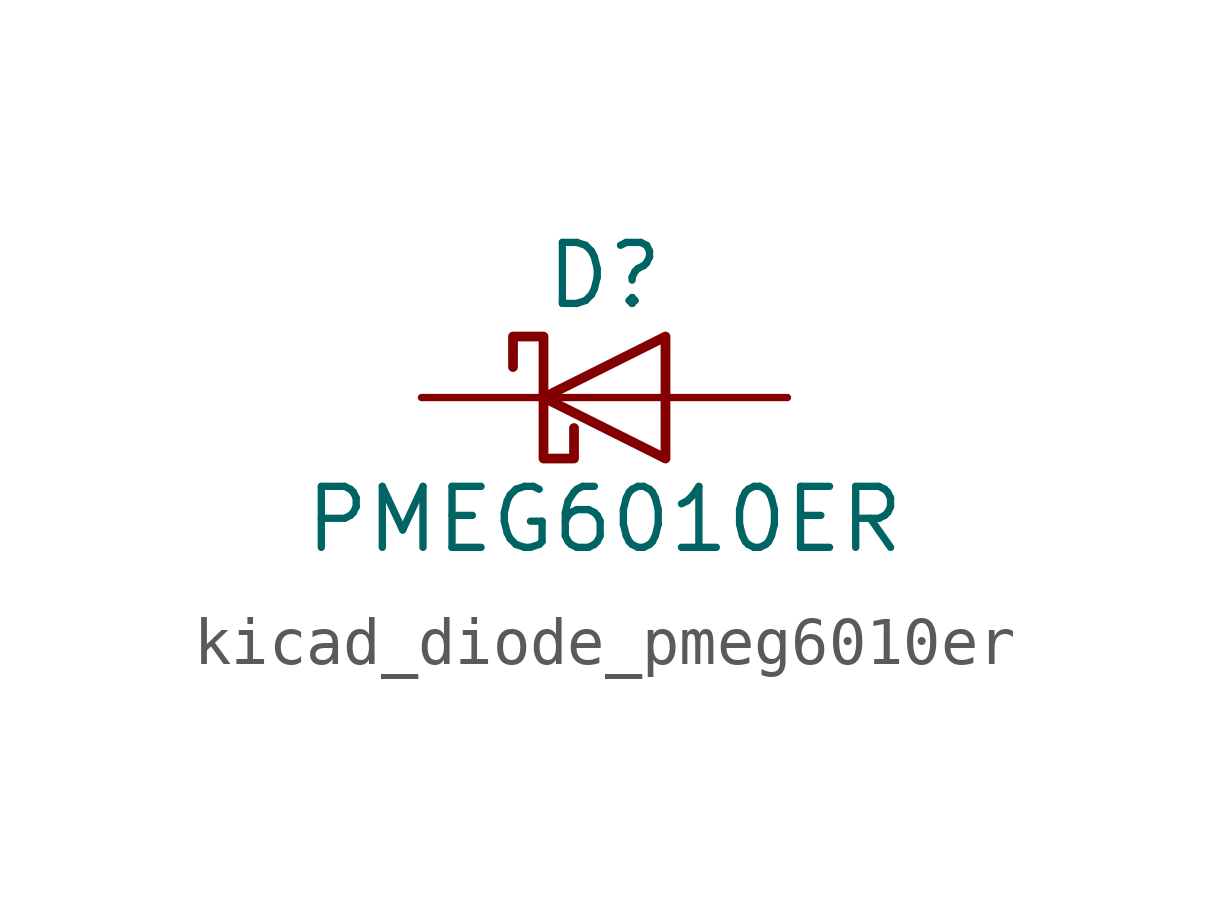
<source format=kicad_sym>
(kicad_symbol_lib
  (version 20220914)
  (generator kicad_symbol_editor)
  (symbol "kicad_diode_pmeg6010er"
    (pin_numbers hide)
    (pin_names hide)
    (property "Reference" "D"
      (at 0 2.54 0)
      (effects (font (size 1.27 1.27))))
    (property "Value" "PMEG6010ER"
      (at 0 -2.54 0)
      (effects (font (size 1.27 1.27))))
    (symbol "kicad_diode_pmeg6010er_0_1"
      (polyline (pts (xy 1.27 0) (xy -1.27 0)) (stroke (width 0) (type default)) (fill (type none)))
      (polyline (pts (xy 1.27 1.27) (xy 1.27 -1.27) (xy -1.27 0) (xy 1.27 1.27)) (stroke (width 0.203) (type default)) (fill (type none)))
      (polyline (pts (xy -1.905 0.635) (xy -1.905 1.27) (xy -1.27 1.27) (xy -1.27 -1.27) (xy -0.635 -1.27) (xy -0.635 -0.635)) (stroke (width 0.203) (type default)) (fill (type none))))
    (symbol "kicad_diode_pmeg6010er_1_1"
      (pin passive line (at -3.81 0 0) (length 2.54) (name "K" (effects (font (size 1.27 1.27)))) (number "1" (effects (font (size 1.27 1.27)))))
      (pin passive line (at 3.81 0 180) (length 2.54) (name "A" (effects (font (size 1.27 1.27)))) (number "2" (effects (font (size 1.27 1.27))))))))
</source>
